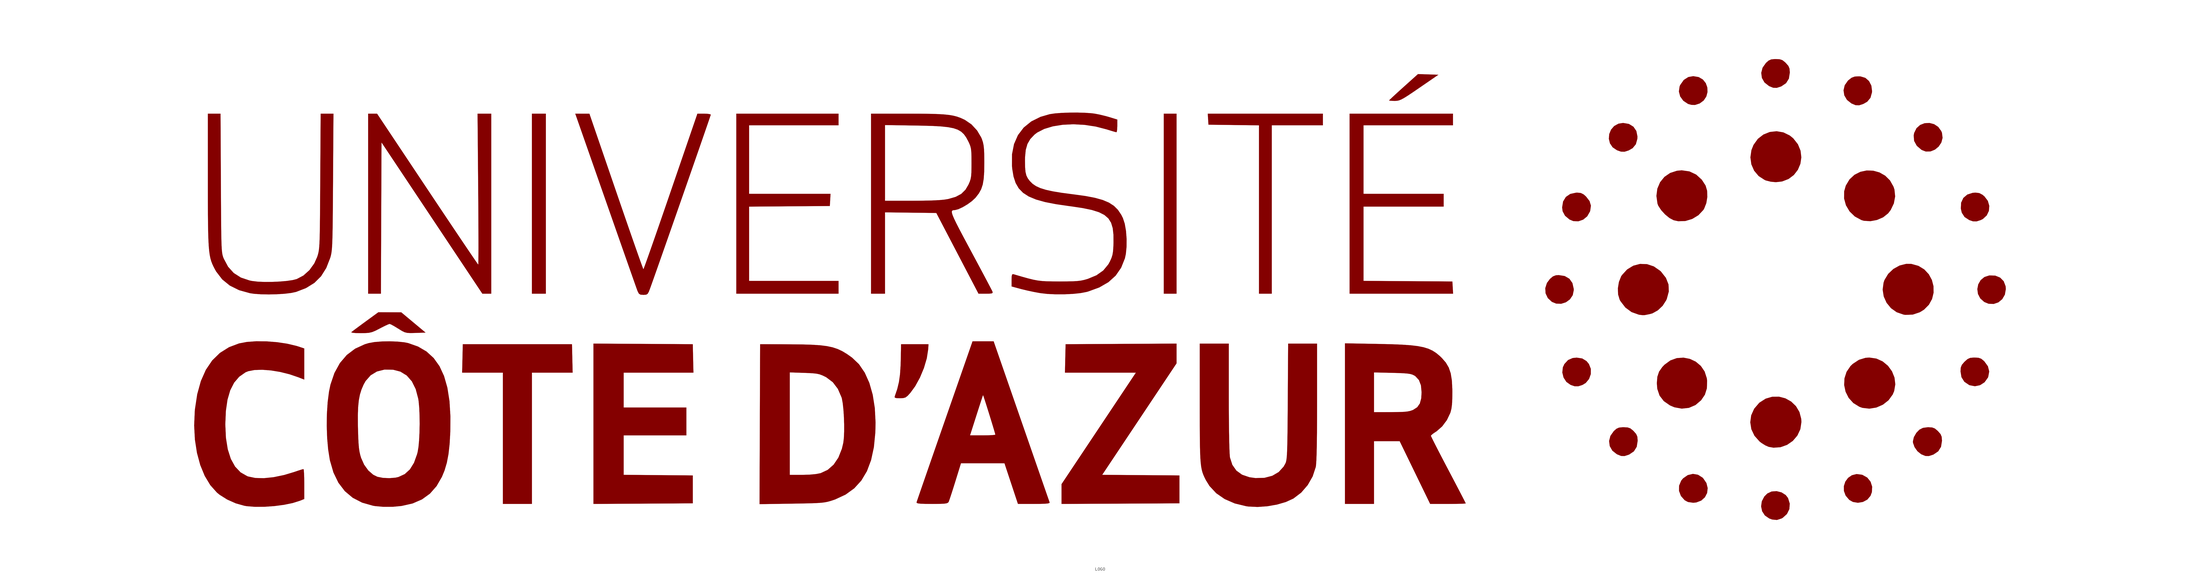
<source format=kicad_sym>
(kicad_symbol_lib
  (version 20220914)
  (generator "bitmap2component")
  (generator_version "9.0")
  (symbol "LOGO"
    (pin_names
      (offset 1.016))
    (property "Reference" "#G"
      (at 0 70.556 0)
      (effects (font (size 1.27 1.27)) hide))
    (symbol "LOGO_0_0"
      (polyline (pts (xy 209.804 -70.662) (xy 210.138 -70.474) (xy 211.444 -69.294) (xy 212.183 -67.789) (xy 212.31 -66.104) (xy 211.78 -64.383) (xy 211.075 -63.466) (xy 209.785 -62.645) (xy 208.262 -62.261) (xy 206.724 -62.362) (xy 205.388 -62.995) (xy 204.467 -63.928) (xy 203.707 -65.392) (xy 203.492 -66.951) (xy 203.81 -68.451) (xy 204.65 -69.742) (xy 206 -70.669) (xy 206.898 -70.994) (xy 208.373 -71.129) (xy 209.804 -70.662)) (stroke (width 0.01) (type default)) (fill (type outline)))
      (polyline (pts (xy -257.492 -67.065) (xy -254.458 -66.852) (xy -251.49 -66.461) (xy -248.802 -65.912) (xy -246.606 -65.223) (xy -245.235 -64.674) (xy -245.235 -60.063) (xy -245.236 -59.752) (xy -245.259 -58.07) (xy -245.312 -56.704) (xy -245.387 -55.786) (xy -245.477 -55.451) (xy -245.523 -55.457) (xy -246.085 -55.614) (xy -247.099 -55.937) (xy -248.385 -56.371) (xy -251.451 -57.291) (xy -254.681 -57.959) (xy -257.678 -58.266) (xy -260.322 -58.202) (xy -262.491 -57.753) (xy -262.8 -57.641) (xy -264.851 -56.472) (xy -266.538 -54.695) (xy -267.856 -52.321) (xy -268.801 -49.359) (xy -269.369 -45.819) (xy -269.556 -41.71) (xy -269.555 -41.593) (xy -269.382 -37.529) (xy -268.88 -34.073) (xy -268.038 -31.191) (xy -266.842 -28.849) (xy -265.279 -27.014) (xy -263.335 -25.652) (xy -262.454 -25.296) (xy -260.535 -24.936) (xy -258.179 -24.863) (xy -255.518 -25.065) (xy -252.681 -25.529) (xy -249.8 -26.244) (xy -247.007 -27.195) (xy -245.235 -27.894) (xy -245.235 -23.098) (xy -245.235 -18.303) (xy -246.942 -17.736) (xy -247.66 -17.512) (xy -250.506 -16.838) (xy -253.647 -16.37) (xy -256.893 -16.117) (xy -260.048 -16.09) (xy -262.922 -16.299) (xy -265.321 -16.753) (xy -268.41 -17.919) (xy -271.215 -19.681) (xy -273.594 -22.004) (xy -275.548 -24.894) (xy -277.082 -28.355) (xy -278.197 -32.392) (xy -278.899 -37.01) (xy -278.948 -37.52) (xy -279.142 -42.034) (xy -278.913 -46.374) (xy -278.28 -50.461) (xy -277.266 -54.215) (xy -275.89 -57.556) (xy -274.173 -60.406) (xy -272.137 -62.685) (xy -271.302 -63.369) (xy -268.974 -64.833) (xy -266.336 -66.008) (xy -263.663 -66.76) (xy -262.909 -66.883) (xy -260.38 -67.082) (xy -257.492 -67.065)) (stroke (width 0.01) (type default)) (fill (type outline)))
      (polyline (pts (xy -217.99 -67.07) (xy -215.273 -66.814) (xy -211.879 -66.05) (xy -208.975 -64.793) (xy -206.524 -63.021) (xy -204.489 -60.712) (xy -202.833 -57.843) (xy -202.03 -55.893) (xy -201.327 -53.523) (xy -200.814 -50.838) (xy -200.466 -47.708) (xy -200.26 -44.003) (xy -200.219 -39.236) (xy -200.508 -34.507) (xy -201.159 -30.365) (xy -202.181 -26.789) (xy -203.586 -23.758) (xy -205.384 -21.249) (xy -207.584 -19.242) (xy -210.196 -17.715) (xy -213.232 -16.646) (xy -214.403 -16.414) (xy -216.52 -16.193) (xy -218.922 -16.105) (xy -221.362 -16.152) (xy -223.593 -16.332) (xy -225.368 -16.647) (xy -226.569 -17.005) (xy -229.571 -18.378) (xy -232.137 -20.316) (xy -234.263 -22.811) (xy -235.939 -25.857) (xy -237.16 -29.444) (xy -237.608 -31.6) (xy -238.021 -34.819) (xy -238.255 -38.398) (xy -238.262 -38.873) (xy -228.734 -38.873) (xy -228.647 -36.372) (xy -228.44 -34.298) (xy -228.099 -32.528) (xy -227.607 -30.939) (xy -226.949 -29.41) (xy -226.34 -28.333) (xy -224.788 -26.569) (xy -222.838 -25.389) (xy -220.523 -24.81) (xy -217.873 -24.847) (xy -215.624 -25.434) (xy -213.665 -26.636) (xy -212.091 -28.435) (xy -210.907 -30.824) (xy -210.119 -33.796) (xy -209.997 -34.608) (xy -209.817 -36.609) (xy -209.715 -38.988) (xy -209.69 -41.562) (xy -209.738 -44.15) (xy -209.857 -46.57) (xy -210.047 -48.641) (xy -210.305 -50.182) (xy -210.481 -50.87) (xy -211.433 -53.521) (xy -212.691 -55.553) (xy -214.28 -57.002) (xy -216.23 -57.904) (xy -217.157 -58.108) (xy -219.049 -58.26) (xy -221.02 -58.17) (xy -222.694 -57.842) (xy -223.99 -57.209) (xy -225.51 -55.884) (xy -226.799 -54.099) (xy -227.735 -51.997) (xy -227.981 -51.174) (xy -228.221 -50.125) (xy -228.397 -48.929) (xy -228.524 -47.442) (xy -228.618 -45.524) (xy -228.693 -43.032) (xy -228.718 -41.923) (xy -228.734 -38.873) (xy -238.262 -38.873) (xy -238.309 -42.147) (xy -238.181 -45.881) (xy -237.87 -49.411) (xy -237.373 -52.55) (xy -237.318 -52.813) (xy -236.242 -56.514) (xy -234.717 -59.659) (xy -232.739 -62.25) (xy -230.307 -64.293) (xy -227.416 -65.789) (xy -224.063 -66.742) (xy -223.379 -66.856) (xy -220.808 -67.083) (xy -217.99 -67.07)) (stroke (width 0.01) (type default)) (fill (type outline)))
      (polyline (pts (xy 51.415 -66.905) (xy 54.396 -66.382) (xy 57.125 -65.586) (xy 59.386 -64.551) (xy 59.466 -64.504) (xy 61.834 -62.702) (xy 63.835 -60.386) (xy 65.365 -57.705) (xy 66.317 -54.807) (xy 66.4 -54.199) (xy 66.498 -52.753) (xy 66.578 -50.595) (xy 66.64 -47.725) (xy 66.684 -44.145) (xy 66.711 -39.858) (xy 66.72 -34.863) (xy 66.72 -16.814) (xy 62.266 -16.814) (xy 57.813 -16.814) (xy 57.7 -34.612) (xy 57.682 -37.381) (xy 57.653 -41.028) (xy 57.621 -44.062) (xy 57.585 -46.544) (xy 57.541 -48.538) (xy 57.486 -50.104) (xy 57.42 -51.304) (xy 57.34 -52.201) (xy 57.242 -52.856) (xy 57.126 -53.331) (xy 56.988 -53.688) (xy 56.423 -54.696) (xy 54.905 -56.367) (xy 52.922 -57.528) (xy 50.517 -58.155) (xy 47.735 -58.228) (xy 45.896 -57.976) (xy 43.621 -57.197) (xy 41.865 -55.927) (xy 40.624 -54.163) (xy 39.894 -51.903) (xy 39.861 -51.667) (xy 39.781 -50.599) (xy 39.71 -48.907) (xy 39.649 -46.658) (xy 39.599 -43.917) (xy 39.562 -40.75) (xy 39.539 -37.222) (xy 39.531 -33.401) (xy 39.531 -16.814) (xy 35.059 -16.814) (xy 30.587 -16.814) (xy 30.591 -35.149) (xy 30.593 -38.199) (xy 30.599 -42.041) (xy 30.616 -45.279) (xy 30.647 -47.978) (xy 30.698 -50.203) (xy 30.776 -52.022) (xy 30.883 -53.498) (xy 31.027 -54.698) (xy 31.212 -55.687) (xy 31.442 -56.531) (xy 31.725 -57.296) (xy 32.063 -58.047) (xy 32.464 -58.849) (xy 33.587 -60.665) (xy 35.663 -62.893) (xy 38.271 -64.694) (xy 41.364 -66.038) (xy 44.897 -66.895) (xy 45.574 -66.989) (xy 48.402 -67.119) (xy 51.415 -66.905)) (stroke (width 0.01) (type default)) (fill (type outline)))
      (polyline (pts (xy -175.117 -45.97) (xy -175.117 -25.758) (xy -168.845 -25.758) (xy -162.574 -25.758) (xy -162.674 -21.375) (xy -162.775 -16.993) (xy -179.589 -16.993) (xy -196.403 -16.993) (xy -196.503 -21.375) (xy -196.604 -25.758) (xy -190.332 -25.758) (xy -184.061 -25.758) (xy -184.061 -45.97) (xy -184.061 -66.183) (xy -179.589 -66.183) (xy -175.117 -66.183) (xy -175.117 -45.97)) (stroke (width 0.01) (type default)) (fill (type outline)))
      (polyline (pts (xy -140.863 -66.097) (xy -125.569 -66.004) (xy -125.569 -61.711) (xy -125.569 -57.418) (xy -136.212 -57.324) (xy -146.855 -57.229) (xy -146.855 -51.152) (xy -146.855 -45.076) (xy -137.196 -45.076) (xy -127.537 -45.076) (xy -127.537 -40.783) (xy -127.537 -36.49) (xy -137.196 -36.49) (xy -146.855 -36.49) (xy -146.855 -31.124) (xy -146.855 -25.758) (xy -136.112 -25.758) (xy -125.368 -25.758) (xy -125.469 -21.375) (xy -125.569 -16.993) (xy -140.863 -16.9) (xy -156.156 -16.806) (xy -156.156 -41.499) (xy -156.156 -66.191) (xy -140.863 -66.097)) (stroke (width 0.01) (type default)) (fill (type outline)))
      (polyline (pts (xy -95.074 -66.103) (xy -93.102 -66.071) (xy -90.558 -66.023) (xy -88.561 -65.969) (xy -87.01 -65.899) (xy -85.803 -65.807) (xy -84.838 -65.682) (xy -84.013 -65.517) (xy -83.225 -65.303) (xy -82.373 -65.031) (xy -81.62 -64.767) (xy -78.482 -63.3) (xy -75.831 -61.382) (xy -73.652 -58.989) (xy -71.928 -56.097) (xy -70.645 -52.681) (xy -69.789 -48.717) (xy -69.343 -44.182) (xy -69.272 -41.112) (xy -69.508 -36.631) (xy -70.151 -32.547) (xy -71.187 -28.908) (xy -72.602 -25.761) (xy -74.381 -23.152) (xy -76.509 -21.128) (xy -76.567 -21.085) (xy -78.069 -20.021) (xy -79.489 -19.161) (xy -80.928 -18.483) (xy -82.484 -17.965) (xy -84.258 -17.586) (xy -86.349 -17.325) (xy -88.857 -17.16) (xy -91.88 -17.07) (xy -95.518 -17.033) (xy -104.82 -16.993) (xy -104.911 -41.455) (xy -95.697 -41.455) (xy -95.697 -25.671) (xy -91.26 -25.819) (xy -90.362 -25.851) (xy -88.694 -25.936) (xy -87.48 -26.062) (xy -86.536 -26.264) (xy -85.681 -26.577) (xy -84.731 -27.033) (xy -84.429 -27.194) (xy -82.435 -28.699) (xy -80.873 -30.761) (xy -79.732 -33.395) (xy -79.639 -33.726) (xy -79.374 -35.192) (xy -79.164 -37.128) (xy -79.017 -39.348) (xy -78.94 -41.665) (xy -78.94 -43.894) (xy -79.023 -45.848) (xy -79.198 -47.342) (xy -79.641 -49.212) (xy -80.713 -51.913) (xy -82.18 -54.091) (xy -84.012 -55.704) (xy -86.177 -56.711) (xy -86.221 -56.724) (xy -87.645 -56.998) (xy -89.579 -57.176) (xy -91.827 -57.239) (xy -95.697 -57.239) (xy -95.697 -41.455) (xy -104.911 -41.455) (xy -104.912 -41.625) (xy -105.004 -66.257) (xy -95.074 -66.103)) (stroke (width 0.01) (type default)) (fill (type outline)))
      (polyline (pts (xy -18.795 -66.174) (xy -17.237 -66.133) (xy -16.248 -66.052) (xy -15.748 -65.922) (xy -15.653 -65.736) (xy -15.769 -65.407) (xy -16.104 -64.447) (xy -16.639 -62.913) (xy -17.353 -60.86) (xy -18.228 -58.343) (xy -19.246 -55.416) (xy -20.387 -52.134) (xy -21.633 -48.549) (xy -22.963 -44.718) (xy -24.361 -40.694) (xy -32.902 -16.099) (xy -36.148 -16.099) (xy -39.395 -16.099) (xy -47.959 -40.665) (xy -49.206 -44.244) (xy -49.496 -45.076) (xy -40.172 -45.076) (xy -38.203 -38.905) (xy -37.61 -37.052) (xy -37.049 -35.312) (xy -36.598 -33.927) (xy -36.291 -33.005) (xy -36.166 -32.656) (xy -36.153 -32.673) (xy -35.985 -33.129) (xy -35.662 -34.104) (xy -35.224 -35.467) (xy -34.713 -37.086) (xy -34.168 -38.831) (xy -33.632 -40.571) (xy -33.144 -42.174) (xy -32.744 -43.51) (xy -32.475 -44.447) (xy -32.376 -44.855) (xy -32.612 -44.931) (xy -33.432 -45.006) (xy -34.701 -45.057) (xy -36.274 -45.076) (xy -40.172 -45.076) (xy -49.496 -45.076) (xy -50.548 -48.098) (xy -51.805 -51.712) (xy -52.958 -55.03) (xy -53.988 -58) (xy -54.877 -60.566) (xy -55.605 -62.674) (xy -56.154 -64.27) (xy -56.506 -65.299) (xy -56.64 -65.707) (xy -56.569 -65.89) (xy -56.156 -66.032) (xy -55.304 -66.122) (xy -53.919 -66.169) (xy -51.912 -66.183) (xy -50.803 -66.181) (xy -49.154 -66.157) (xy -48.042 -66.098) (xy -47.35 -65.987) (xy -46.962 -65.812) (xy -46.761 -65.557) (xy -46.646 -65.27) (xy -46.325 -64.35) (xy -45.867 -62.96) (xy -45.313 -61.232) (xy -44.706 -59.297) (xy -42.961 -53.662) (xy -36.263 -53.662) (xy -29.566 -53.662) (xy -27.491 -59.922) (xy -25.415 -66.183) (xy -20.45 -66.183) (xy -18.795 -66.174)) (stroke (width 0.01) (type default)) (fill (type outline)))
      (polyline (pts (xy 6.171 -66.097) (xy 24.327 -66.004) (xy 24.327 -61.711) (xy 24.327 -57.418) (xy 12.433 -57.324) (xy 0.539 -57.23) (xy 11.986 -40.066) (xy 23.432 -22.901) (xy 23.432 -19.854) (xy 23.432 -16.807) (xy 6.35 -16.9) (xy -10.732 -16.993) (xy -10.833 -21.375) (xy -10.933 -25.758) (xy -0.009 -25.758) (xy 10.915 -25.758) (xy -0.535 -42.927) (xy -11.985 -60.096) (xy -11.985 -63.143) (xy -11.985 -66.19) (xy 6.171 -66.097)) (stroke (width 0.01) (type default)) (fill (type outline)))
      (polyline (pts (xy 84.249 -56.524) (xy 84.249 -46.865) (xy 88.206 -46.865) (xy 92.163 -46.865) (xy 96.856 -56.524) (xy 101.548 -66.183) (xy 107.03 -66.183) (xy 108.093 -66.18) (xy 109.842 -66.161) (xy 111.243 -66.128) (xy 112.174 -66.083) (xy 112.511 -66.031) (xy 112.456 -65.904) (xy 112.119 -65.23) (xy 111.51 -64.044) (xy 110.669 -62.422) (xy 109.635 -60.44) (xy 108.447 -58.174) (xy 107.145 -55.7) (xy 106.389 -54.263) (xy 105.146 -51.885) (xy 104.039 -49.751) (xy 103.11 -47.938) (xy 102.397 -46.525) (xy 101.94 -45.588) (xy 101.779 -45.205) (xy 101.859 -45.053) (xy 102.388 -44.579) (xy 103.248 -43.998) (xy 103.553 -43.803) (xy 105.252 -42.307) (xy 106.708 -40.355) (xy 107.751 -38.165) (xy 107.825 -37.942) (xy 108.099 -36.862) (xy 108.272 -35.566) (xy 108.361 -33.887) (xy 108.382 -31.661) (xy 108.372 -30.777) (xy 108.228 -28.105) (xy 107.878 -25.955) (xy 107.279 -24.188) (xy 106.389 -22.667) (xy 105.165 -21.255) (xy 104.528 -20.641) (xy 103.445 -19.732) (xy 102.302 -18.99) (xy 101.019 -18.395) (xy 99.513 -17.931) (xy 97.703 -17.578) (xy 95.505 -17.319) (xy 92.838 -17.134) (xy 89.621 -17.006) (xy 85.77 -16.916) (xy 75.306 -16.724) (xy 75.306 -31.802) (xy 84.249 -31.802) (xy 84.249 -25.683) (xy 89.884 -25.814) (xy 91.355 -25.853) (xy 93.187 -25.925) (xy 94.509 -26.025) (xy 95.447 -26.168) (xy 96.127 -26.368) (xy 96.675 -26.641) (xy 97.022 -26.871) (xy 98.095 -28.035) (xy 98.716 -29.66) (xy 98.917 -31.816) (xy 98.806 -33.668) (xy 98.375 -35.266) (xy 97.569 -36.41) (xy 96.337 -37.209) (xy 96.096 -37.314) (xy 95.353 -37.566) (xy 94.468 -37.737) (xy 93.297 -37.843) (xy 91.697 -37.896) (xy 89.526 -37.913) (xy 84.249 -37.921) (xy 84.249 -31.802) (xy 75.306 -31.802) (xy 75.306 -41.454) (xy 75.306 -66.183) (xy 79.777 -66.183) (xy 84.249 -66.183) (xy 84.249 -56.524)) (stroke (width 0.01) (type default)) (fill (type outline)))
      (polyline (pts (xy 183.505 -65.741) (xy 185.043 -65.16) (xy 186.179 -64.14) (xy 186.858 -62.81) (xy 187.028 -61.301) (xy 186.635 -59.743) (xy 185.627 -58.268) (xy 185.462 -58.103) (xy 184.047 -57.203) (xy 182.476 -56.941) (xy 180.896 -57.316) (xy 179.451 -58.326) (xy 178.869 -59.038) (xy 178.235 -60.567) (xy 178.212 -62.187) (xy 178.788 -63.736) (xy 179.951 -65.05) (xy 180.963 -65.598) (xy 182.555 -65.825) (xy 183.505 -65.741)) (stroke (width 0.01) (type default)) (fill (type outline)))
      (polyline (pts (xy 234.85 -65.576) (xy 236.211 -64.849) (xy 237.18 -63.691) (xy 237.6 -62.564) (xy 237.691 -60.884) (xy 237.194 -59.335) (xy 236.167 -58.068) (xy 234.669 -57.235) (xy 234.566 -57.202) (xy 232.904 -56.991) (xy 231.451 -57.354) (xy 230.272 -58.173) (xy 229.427 -59.329) (xy 228.98 -60.702) (xy 228.991 -62.174) (xy 229.524 -63.626) (xy 230.641 -64.938) (xy 231.771 -65.58) (xy 233.301 -65.833) (xy 234.85 -65.576)) (stroke (width 0.01) (type default)) (fill (type outline)))
      (polyline (pts (xy 162.726 -51.022) (xy 162.866 -50.962) (xy 164.311 -49.983) (xy 165.172 -48.593) (xy 165.458 -46.781) (xy 165.457 -46.607) (xy 165.362 -45.479) (xy 165.005 -44.659) (xy 164.241 -43.788) (xy 163.984 -43.536) (xy 163.193 -42.912) (xy 162.366 -42.635) (xy 161.165 -42.572) (xy 160.808 -42.575) (xy 159.73 -42.68) (xy 158.944 -43.032) (xy 158.116 -43.76) (xy 158.113 -43.764) (xy 157.076 -45.23) (xy 156.668 -46.815) (xy 156.87 -48.376) (xy 157.663 -49.771) (xy 159.031 -50.857) (xy 159.137 -50.913) (xy 160.35 -51.408) (xy 161.429 -51.44) (xy 162.726 -51.022)) (stroke (width 0.01) (type default)) (fill (type outline)))
      (polyline (pts (xy 256.456 -51.022) (xy 256.596 -50.962) (xy 258.041 -49.983) (xy 258.902 -48.593) (xy 259.187 -46.781) (xy 259.187 -46.607) (xy 259.091 -45.479) (xy 258.735 -44.659) (xy 257.971 -43.788) (xy 257.851 -43.67) (xy 257.005 -42.963) (xy 256.167 -42.645) (xy 254.978 -42.572) (xy 254.839 -42.573) (xy 253.346 -42.761) (xy 252.252 -43.319) (xy 251.312 -44.287) (xy 250.537 -45.63) (xy 250.244 -46.942) (xy 250.28 -47.362) (xy 250.756 -48.699) (xy 251.646 -49.958) (xy 252.77 -50.862) (xy 252.868 -50.914) (xy 254.078 -51.409) (xy 255.157 -51.44) (xy 256.456 -51.022)) (stroke (width 0.01) (type default)) (fill (type outline)))
      (polyline (pts (xy 209.469 -48.716) (xy 211.494 -47.989) (xy 213.258 -46.768) (xy 214.653 -45.134) (xy 215.57 -43.172) (xy 215.9 -40.962) (xy 215.845 -40.005) (xy 215.289 -37.879) (xy 214.219 -36.082) (xy 212.743 -34.663) (xy 210.967 -33.672) (xy 208.998 -33.158) (xy 206.943 -33.172) (xy 204.91 -33.762) (xy 203.004 -34.978) (xy 202.872 -35.093) (xy 201.347 -36.882) (xy 200.441 -38.903) (xy 200.154 -41.039) (xy 200.485 -43.17) (xy 201.435 -45.178) (xy 203.004 -46.946) (xy 203.591 -47.404) (xy 204.783 -48.152) (xy 205.825 -48.607) (xy 207.293 -48.865) (xy 209.469 -48.716)) (stroke (width 0.01) (type default)) (fill (type outline)))
      (polyline (pts (xy 181.238 -36.597) (xy 183.267 -35.731) (xy 185.01 -34.252) (xy 186.167 -32.549) (xy 186.782 -30.584) (xy 186.853 -28.256) (xy 186.76 -27.484) (xy 186.092 -25.409) (xy 184.926 -23.694) (xy 183.374 -22.382) (xy 181.546 -21.515) (xy 179.556 -21.134) (xy 177.514 -21.281) (xy 175.532 -21.998) (xy 173.722 -23.327) (xy 173.058 -24.022) (xy 172.062 -25.447) (xy 171.537 -27.021) (xy 171.376 -29.004) (xy 171.514 -30.745) (xy 172.213 -32.819) (xy 173.514 -34.513) (xy 175.432 -35.848) (xy 176.772 -36.417) (xy 179.035 -36.832) (xy 181.238 -36.597)) (stroke (width 0.01) (type default)) (fill (type outline)))
      (polyline (pts (xy 238.984 -36.496) (xy 241.002 -35.615) (xy 242.732 -34.258) (xy 244.022 -32.479) (xy 244.471 -31.406) (xy 244.817 -29.329) (xy 244.568 -27.272) (xy 243.794 -25.344) (xy 242.564 -23.654) (xy 240.947 -22.312) (xy 239.012 -21.427) (xy 236.828 -21.107) (xy 235.664 -21.186) (xy 233.633 -21.799) (xy 231.715 -23.065) (xy 231.032 -23.718) (xy 229.817 -25.5) (xy 229.172 -27.497) (xy 229.076 -29.583) (xy 229.509 -31.63) (xy 230.452 -33.512) (xy 231.885 -35.104) (xy 233.787 -36.278) (xy 234.7 -36.596) (xy 236.833 -36.841) (xy 238.984 -36.496)) (stroke (width 0.01) (type default)) (fill (type outline)))
      (polyline (pts (xy -61.736 -33.628) (xy -60.724 -33.586) (xy -60.017 -33.376) (xy -59.365 -32.867) (xy -58.518 -31.929) (xy -57.076 -29.956) (xy -55.596 -27.265) (xy -54.369 -24.316) (xy -53.493 -21.349) (xy -53.067 -18.603) (xy -52.961 -16.993) (xy -57.183 -16.993) (xy -61.406 -16.993) (xy -61.513 -22.18) (xy -61.55 -23.466) (xy -61.729 -26.249) (xy -62.062 -28.624) (xy -62.586 -30.804) (xy -63.336 -33.002) (xy -63.39 -33.171) (xy -63.321 -33.465) (xy -62.833 -33.597) (xy -61.777 -33.628) (xy -61.736 -33.628)) (stroke (width 0.01) (type default)) (fill (type outline)))
      (polyline (pts (xy 148.468 -29.536) (xy 149.481 -28.918) (xy 150.496 -27.687) (xy 151.035 -26.18) (xy 151.04 -24.587) (xy 150.452 -23.099) (xy 149.71 -22.196) (xy 148.39 -21.387) (xy 146.676 -21.132) (xy 145.462 -21.248) (xy 144.03 -21.873) (xy 142.9 -23.099) (xy 142.426 -24.122) (xy 142.262 -25.704) (xy 142.643 -27.262) (xy 143.51 -28.599) (xy 144.805 -29.52) (xy 146.064 -29.949) (xy 147.168 -29.957) (xy 148.468 -29.536)) (stroke (width 0.01) (type default)) (fill (type outline)))
      (polyline (pts (xy 270.928 -29.61) (xy 272.308 -28.715) (xy 273.321 -27.312) (xy 273.444 -27.03) (xy 273.743 -25.391) (xy 273.341 -23.793) (xy 272.253 -22.295) (xy 272.096 -22.141) (xy 271.282 -21.475) (xy 270.449 -21.176) (xy 269.252 -21.107) (xy 268.932 -21.11) (xy 267.855 -21.217) (xy 267.054 -21.589) (xy 266.175 -22.371) (xy 266.043 -22.505) (xy 265.314 -23.37) (xy 264.987 -24.205) (xy 264.911 -25.364) (xy 265.204 -27.149) (xy 266.089 -28.557) (xy 267.564 -29.559) (xy 267.715 -29.624) (xy 269.343 -29.934) (xy 270.928 -29.61)) (stroke (width 0.01) (type default)) (fill (type outline)))
      (polyline (pts (xy -226.57 -13.57) (xy -225.351 -13.485) (xy -224.362 -13.265) (xy -223.331 -12.843) (xy -221.986 -12.154) (xy -221.537 -11.918) (xy -220.33 -11.313) (xy -219.409 -10.893) (xy -218.945 -10.736) (xy -218.911 -10.74) (xy -218.38 -10.971) (xy -217.454 -11.484) (xy -216.312 -12.18) (xy -216.275 -12.204) (xy -215.162 -12.89) (xy -214.321 -13.303) (xy -213.505 -13.504) (xy -212.466 -13.556) (xy -210.959 -13.518) (xy -207.879 -13.415) (xy -211.621 -10.292) (xy -215.363 -7.168) (xy -218.893 -7.162) (xy -222.422 -7.155) (xy -226.405 -10.061) (xy -226.816 -10.361) (xy -228.254 -11.417) (xy -229.463 -12.313) (xy -230.327 -12.964) (xy -230.729 -13.281) (xy -230.738 -13.346) (xy -230.299 -13.474) (xy -229.304 -13.558) (xy -227.867 -13.585) (xy -226.57 -13.57)) (stroke (width 0.01) (type default)) (fill (type outline)))
      (polyline (pts (xy 167.604 -8.031) (xy 168.311 -7.889) (xy 169.283 -7.694) (xy 170.054 -7.468) (xy 171.7 -6.54) (xy 173.163 -5.15) (xy 174.245 -3.467) (xy 174.439 -3.027) (xy 175.054 -0.751) (xy 174.965 1.4) (xy 174.171 3.43) (xy 172.671 5.342) (xy 172.375 5.626) (xy 170.44 6.964) (xy 168.343 7.663) (xy 166.198 7.734) (xy 164.119 7.185) (xy 162.219 6.027) (xy 160.612 4.27) (xy 160.364 3.872) (xy 159.693 2.17) (xy 159.378 0.237) (xy 159.444 -1.661) (xy 159.916 -3.255) (xy 160.177 -3.737) (xy 161.677 -5.689) (xy 163.583 -7.093) (xy 165.815 -7.889) (xy 165.912 -7.908) (xy 166.902 -8.037) (xy 167.604 -8.031)) (stroke (width 0.01) (type default)) (fill (type outline)))
      (polyline (pts (xy 250.201 -7.868) (xy 252.39 -7.137) (xy 253.661 -6.348) (xy 255.167 -4.835) (xy 256.144 -3.057) (xy 256.61 -1.121) (xy 256.584 0.863) (xy 256.086 2.789) (xy 255.135 4.548) (xy 253.75 6.031) (xy 251.951 7.131) (xy 249.756 7.74) (xy 248.205 7.761) (xy 246.135 7.24) (xy 244.223 6.175) (xy 242.625 4.659) (xy 241.496 2.784) (xy 241.215 1.98) (xy 240.93 -0.176) (xy 241.26 -2.287) (xy 242.136 -4.233) (xy 243.493 -5.893) (xy 245.263 -7.147) (xy 247.382 -7.874) (xy 247.918 -7.954) (xy 250.201 -7.868)) (stroke (width 0.01) (type default)) (fill (type outline)))
      (polyline (pts (xy 143.37 -4.073) (xy 144.609 -3.166) (xy 145.463 -1.896) (xy 145.782 -0.345) (xy 145.77 0.055) (xy 145.368 1.839) (xy 144.427 3.171) (xy 142.993 4.005) (xy 141.113 4.293) (xy 140.295 4.239) (xy 139.38 3.897) (xy 138.44 3.105) (xy 137.517 1.861) (xy 137.012 0.272) (xy 137.108 -1.326) (xy 137.793 -2.783) (xy 139.052 -3.947) (xy 140.342 -4.479) (xy 141.898 -4.538) (xy 143.37 -4.073)) (stroke (width 0.01) (type default)) (fill (type outline)))
      (polyline (pts (xy 276.558 -4.102) (xy 277.753 -3.12) (xy 278.564 -1.727) (xy 278.863 0) (xy 278.79 0.869) (xy 278.203 2.404) (xy 277.108 3.517) (xy 275.596 4.136) (xy 273.759 4.182) (xy 272.277 3.702) (xy 271.115 2.74) (xy 270.376 1.453) (xy 270.089 -0.009) (xy 270.282 -1.5) (xy 270.981 -2.871) (xy 272.216 -3.976) (xy 273.534 -4.525) (xy 275.109 -4.596) (xy 276.558 -4.102)) (stroke (width 0.01) (type default)) (fill (type outline)))
      (polyline (pts (xy -253.672 -1.601) (xy -251.313 -1.448) (xy -249.269 -1.205) (xy -247.739 -0.877) (xy -244.686 0.304) (xy -242.117 1.897) (xy -240.062 3.938) (xy -238.456 6.489) (xy -237.236 9.615) (xy -237.16 9.87) (xy -237.019 10.403) (xy -236.898 10.99) (xy -236.797 11.689) (xy -236.713 12.561) (xy -236.643 13.667) (xy -236.586 15.066) (xy -236.539 16.819) (xy -236.5 18.986) (xy -236.466 21.628) (xy -236.437 24.804) (xy -236.408 28.576) (xy -236.379 33.002) (xy -236.245 54.02) (xy -238.213 54.02) (xy -240.18 54.02) (xy -240.307 33.181) (xy -240.309 32.857) (xy -240.336 28.519) (xy -240.362 24.832) (xy -240.388 21.735) (xy -240.418 19.167) (xy -240.455 17.068) (xy -240.499 15.377) (xy -240.555 14.034) (xy -240.624 12.977) (xy -240.709 12.146) (xy -240.812 11.481) (xy -240.936 10.921) (xy -241.083 10.405) (xy -241.256 9.873) (xy -242.147 7.888) (xy -243.641 5.816) (xy -245.493 4.159) (xy -247.564 3.066) (xy -248.81 2.752) (xy -250.649 2.487) (xy -252.837 2.299) (xy -255.186 2.196) (xy -257.507 2.185) (xy -259.613 2.276) (xy -261.317 2.476) (xy -262.057 2.625) (xy -264.753 3.528) (xy -266.952 4.93) (xy -268.698 6.866) (xy -270.036 9.37) (xy -270.061 9.432) (xy -270.219 9.84) (xy -270.354 10.263) (xy -270.468 10.761) (xy -270.562 11.391) (xy -270.64 12.212) (xy -270.703 13.282) (xy -270.753 14.66) (xy -270.793 16.403) (xy -270.826 18.57) (xy -270.852 21.219) (xy -270.875 24.409) (xy -270.897 28.198) (xy -270.919 32.644) (xy -271.024 54.02) (xy -272.976 54.02) (xy -274.928 54.02) (xy -274.922 33.539) (xy -274.921 31.246) (xy -274.915 26.879) (xy -274.899 23.139) (xy -274.87 19.964) (xy -274.821 17.296) (xy -274.749 15.073) (xy -274.649 13.235) (xy -274.515 11.722) (xy -274.344 10.472) (xy -274.129 9.427) (xy -273.867 8.525) (xy -273.553 7.705) (xy -273.182 6.909) (xy -272.749 6.074) (xy -272.364 5.396) (xy -270.512 2.982) (xy -268.166 1.071) (xy -265.31 -0.348) (xy -261.933 -1.284) (xy -260.669 -1.465) (xy -258.548 -1.615) (xy -256.15 -1.659) (xy -253.672 -1.601)) (stroke (width 0.01) (type default)) (fill (type outline)))
      (polyline (pts (xy -140.632 -1.788) (xy -139.934 -1.735) (xy -139.486 -1.48) (xy -139.125 -0.865) (xy -138.691 0.268) (xy -138.568 0.609) (xy -138.063 2.02) (xy -137.383 3.934) (xy -136.551 6.288) (xy -135.588 9.022) (xy -134.516 12.073) (xy -133.355 15.379) (xy -132.129 18.878) (xy -130.858 22.508) (xy -129.564 26.206) (xy -128.269 29.912) (xy -126.995 33.563) (xy -125.763 37.096) (xy -124.595 40.451) (xy -123.512 43.564) (xy -122.537 46.375) (xy -121.69 48.82) (xy -120.993 50.839) (xy -120.469 52.368) (xy -120.139 53.346) (xy -120.024 53.712) (xy -120.23 53.845) (xy -120.977 53.971) (xy -122.082 54.02) (xy -124.14 54.02) (xy -132.367 30.056) (xy -133.428 26.97) (xy -134.742 23.163) (xy -135.974 19.602) (xy -137.108 16.34) (xy -138.124 13.433) (xy -139.003 10.934) (xy -139.727 8.896) (xy -140.275 7.373) (xy -140.631 6.419) (xy -140.773 6.089) (xy -140.865 6.288) (xy -141.174 7.105) (xy -141.681 8.504) (xy -142.367 10.43) (xy -143.213 12.83) (xy -144.2 15.649) (xy -145.309 18.835) (xy -146.521 22.333) (xy -147.818 26.089) (xy -149.18 30.049) (xy -157.409 54.013) (xy -159.587 54.016) (xy -161.766 54.02) (xy -152.52 27.636) (xy -152.215 26.764) (xy -150.752 22.594) (xy -149.352 18.602) (xy -148.034 14.845) (xy -146.815 11.377) (xy -145.718 8.253) (xy -144.759 5.529) (xy -143.96 3.26) (xy -143.339 1.5) (xy -142.916 0.306) (xy -142.709 -0.268) (xy -142.536 -0.721) (xy -142.154 -1.438) (xy -141.65 -1.732) (xy -140.792 -1.789) (xy -140.632 -1.788)) (stroke (width 0.01) (type default)) (fill (type outline)))
      (polyline (pts (xy -11.08 -1.616) (xy -8.463 -1.488) (xy -6.13 -1.246) (xy -4.293 -0.895) (xy -3.775 -0.752) (xy -0.364 0.492) (xy 2.451 2.117) (xy 4.691 4.139) (xy 6.376 6.577) (xy 7.526 9.448) (xy 7.819 10.808) (xy 8.04 13.059) (xy 8.049 15.513) (xy 7.858 17.946) (xy 7.477 20.131) (xy 6.917 21.846) (xy 6.384 22.901) (xy 5.383 24.389) (xy 4.153 25.613) (xy 2.614 26.614) (xy 0.683 27.429) (xy -1.72 28.098) (xy -4.675 28.66) (xy -8.265 29.153) (xy -8.639 29.198) (xy -11.96 29.638) (xy -14.658 30.083) (xy -16.819 30.558) (xy -18.527 31.09) (xy -19.867 31.704) (xy -20.922 32.426) (xy -21.778 33.282) (xy -22.372 34.074) (xy -22.819 34.972) (xy -23.087 36.066) (xy -23.219 37.528) (xy -23.253 39.531) (xy -23.237 40.554) (xy -23.016 42.852) (xy -22.493 44.685) (xy -21.61 46.208) (xy -20.312 47.575) (xy -19.487 48.207) (xy -17.314 49.319) (xy -14.658 50.12) (xy -11.63 50.602) (xy -8.345 50.757) (xy -4.916 50.576) (xy -1.454 50.051) (xy 1.927 49.175) (xy 2.272 49.065) (xy 3.53 48.678) (xy 4.473 48.405) (xy 4.919 48.3) (xy 5.028 48.469) (xy 5.143 49.177) (xy 5.187 50.249) (xy 5.187 52.202) (xy 2.836 52.928) (xy 1.671 53.259) (xy -0.128 53.698) (xy -1.725 54.013) (xy -2.648 54.134) (xy -4.687 54.285) (xy -7.052 54.353) (xy -9.536 54.343) (xy -11.931 54.255) (xy -14.03 54.093) (xy -15.624 53.859) (xy -18.461 53.036) (xy -21.317 51.616) (xy -23.64 49.729) (xy -25.413 47.398) (xy -26.618 44.648) (xy -27.237 41.503) (xy -27.254 37.987) (xy -27.157 36.968) (xy -26.766 34.636) (xy -26.12 32.665) (xy -25.164 31.015) (xy -23.838 29.644) (xy -22.086 28.512) (xy -19.85 27.578) (xy -17.071 26.801) (xy -13.694 26.141) (xy -9.659 25.557) (xy -8.873 25.454) (xy -5.449 24.939) (xy -2.667 24.361) (xy -0.464 23.67) (xy 1.221 22.814) (xy 2.449 21.745) (xy 3.282 20.41) (xy 3.781 18.76) (xy 4.008 16.743) (xy 4.025 14.31) (xy 3.986 13.111) (xy 3.886 11.637) (xy 3.703 10.523) (xy 3.394 9.547) (xy 2.919 8.491) (xy 2.419 7.588) (xy 0.858 5.705) (xy -1.233 4.23) (xy -3.909 3.121) (xy -4.001 3.093) (xy -5.019 2.803) (xy -6.012 2.596) (xy -7.129 2.459) (xy -8.517 2.378) (xy -10.325 2.342) (xy -12.7 2.335) (xy -14.752 2.343) (xy -16.512 2.377) (xy -17.987 2.462) (xy -19.338 2.624) (xy -20.727 2.888) (xy -22.316 3.28) (xy -24.267 3.825) (xy -26.742 4.55) (xy -26.952 4.591) (xy -27.217 4.449) (xy -27.339 3.89) (xy -27.368 2.764) (xy -27.368 0.794) (xy -24.528 0.028) (xy -24.375 -0.013) (xy -22.532 -0.459) (xy -20.445 -0.903) (xy -18.536 -1.254) (xy -18.506 -1.259) (xy -16.313 -1.507) (xy -13.767 -1.624) (xy -11.08 -1.616)) (stroke (width 0.01) (type default)) (fill (type outline)))
      (polyline (pts (xy -221.537 21.87) (xy -221.445 45.171) (xy -205.915 21.87) (xy -190.385 -1.431) (xy -189.011 -1.431) (xy -187.638 -1.431) (xy -187.638 26.294) (xy -187.638 54.02) (xy -189.746 54.02) (xy -191.854 54.02) (xy -191.659 30.766) (xy -191.647 29.271) (xy -191.619 25.338) (xy -191.597 21.645) (xy -191.582 18.252) (xy -191.575 15.218) (xy -191.573 12.603) (xy -191.58 10.465) (xy -191.593 8.864) (xy -191.613 7.861) (xy -191.64 7.513) (xy -191.661 7.534) (xy -191.983 7.974) (xy -192.661 8.954) (xy -193.667 10.427) (xy -194.97 12.348) (xy -196.539 14.673) (xy -198.344 17.356) (xy -200.354 20.352) (xy -202.54 23.616) (xy -204.87 27.102) (xy -207.314 30.766) (xy -222.813 54.02) (xy -224.186 54.02) (xy -225.559 54.02) (xy -225.559 26.294) (xy -225.559 -1.431) (xy -223.594 -1.431) (xy -221.629 -1.431) (xy -221.537 21.87)) (stroke (width 0.01) (type default)) (fill (type outline)))
      (polyline (pts (xy -170.824 26.294) (xy -170.824 54.02) (xy -172.97 54.02) (xy -175.117 54.02) (xy -175.117 26.294) (xy -175.117 -1.431) (xy -172.97 -1.431) (xy -170.824 -1.431) (xy -170.824 26.294)) (stroke (width 0.01) (type default)) (fill (type outline)))
      (polyline (pts (xy -80.672 0.537) (xy -80.672 2.504) (xy -94.445 2.504) (xy -108.218 2.504) (xy -108.218 13.947) (xy -108.218 25.391) (xy -95.787 25.485) (xy -83.355 25.579) (xy -83.247 27.457) (xy -83.139 29.335) (xy -95.678 29.335) (xy -108.218 29.335) (xy -108.218 39.889) (xy -108.218 50.442) (xy -94.445 50.442) (xy -80.672 50.442) (xy -80.672 52.231) (xy -80.672 54.02) (xy -96.413 54.02) (xy -112.153 54.02) (xy -112.153 26.294) (xy -112.153 -1.431) (xy -96.413 -1.431) (xy -80.672 -1.431) (xy -80.672 0.537)) (stroke (width 0.01) (type default)) (fill (type outline)))
      (polyline (pts (xy -66.362 11.097) (xy -66.362 23.625) (xy -58.459 23.529) (xy -50.556 23.432) (xy -44.059 11.001) (xy -37.563 -1.43) (xy -35.289 -1.431) (xy -34.179 -1.415) (xy -33.463 -1.334) (xy -33.201 -1.145) (xy -33.255 -0.805) (xy -33.264 -0.783) (xy -33.52 -0.266) (xy -34.073 0.799) (xy -34.884 2.339) (xy -35.913 4.28) (xy -37.121 6.549) (xy -38.471 9.072) (xy -39.923 11.778) (xy -40.749 13.316) (xy -42.279 16.177) (xy -43.501 18.494) (xy -44.436 20.324) (xy -45.109 21.724) (xy -45.542 22.753) (xy -45.757 23.466) (xy -45.777 23.923) (xy -45.625 24.179) (xy -45.325 24.293) (xy -44.897 24.322) (xy -44.804 24.326) (xy -43.749 24.606) (xy -42.395 25.238) (xy -40.943 26.104) (xy -39.595 27.085) (xy -38.552 28.061) (xy -38.369 28.272) (xy -37.429 29.499) (xy -36.74 30.756) (xy -36.265 32.181) (xy -35.969 33.908) (xy -35.817 36.074) (xy -35.775 38.816) (xy -35.776 39.429) (xy -35.8 41.506) (xy -35.868 43.06) (xy -35.996 44.243) (xy -36.198 45.209) (xy -36.49 46.11) (xy -36.723 46.682) (xy -38.006 48.844) (xy -39.731 50.709) (xy -41.716 52.072) (xy -42.049 52.238) (xy -43.095 52.712) (xy -44.154 53.095) (xy -45.313 53.396) (xy -46.661 53.624) (xy -48.285 53.789) (xy -50.272 53.901) (xy -52.711 53.969) (xy -55.69 54.004) (xy -59.297 54.014) (xy -70.655 54.02) (xy -70.655 38.85) (xy -66.362 38.85) (xy -66.362 50.511) (xy -56.792 50.364) (xy -54.975 50.332) (xy -51.723 50.239) (xy -49.071 50.091) (xy -46.939 49.863) (xy -45.25 49.533) (xy -43.926 49.076) (xy -42.889 48.469) (xy -42.06 47.689) (xy -41.362 46.712) (xy -40.716 45.515) (xy -40.381 44.809) (xy -40.071 44.012) (xy -39.874 43.185) (xy -39.766 42.158) (xy -39.72 40.759) (xy -39.71 38.816) (xy -39.714 37.523) (xy -39.746 35.922) (xy -39.832 34.755) (xy -39.997 33.85) (xy -40.266 33.034) (xy -40.662 32.134) (xy -41.565 30.6) (xy -42.865 29.312) (xy -44.596 28.384) (xy -46.891 27.726) (xy -48.12 27.528) (xy -49.759 27.379) (xy -51.877 27.276) (xy -54.553 27.216) (xy -57.865 27.195) (xy -66.362 27.189) (xy -66.362 38.85) (xy -70.655 38.85) (xy -70.655 26.294) (xy -70.655 -1.431) (xy -68.508 -1.431) (xy -66.362 -1.431) (xy -66.362 11.097)) (stroke (width 0.01) (type default)) (fill (type outline)))
      (polyline (pts (xy 23.432 26.294) (xy 23.432 54.02) (xy 21.465 54.02) (xy 19.497 54.02) (xy 19.497 26.294) (xy 19.497 -1.431) (xy 21.465 -1.431) (xy 23.432 -1.431) (xy 23.432 26.294)) (stroke (width 0.01) (type default)) (fill (type outline)))
      (polyline (pts (xy 52.768 24.506) (xy 52.768 50.442) (xy 60.638 50.442) (xy 68.508 50.442) (xy 68.508 52.231) (xy 68.508 54.02) (xy 50.78 54.02) (xy 33.052 54.02) (xy 33.161 52.32) (xy 33.27 50.621) (xy 41.051 50.525) (xy 48.832 50.428) (xy 48.832 24.499) (xy 48.832 -1.431) (xy 50.8 -1.431) (xy 52.768 -1.431) (xy 52.768 24.506)) (stroke (width 0.01) (type default)) (fill (type outline)))
      (polyline (pts (xy 108.505 0.447) (xy 108.397 2.325) (xy 94.713 2.419) (xy 81.03 2.513) (xy 81.03 13.956) (xy 81.03 25.4) (xy 93.372 25.4) (xy 105.714 25.4) (xy 105.714 27.368) (xy 105.714 29.335) (xy 93.372 29.335) (xy 81.03 29.335) (xy 81.03 39.889) (xy 81.03 50.442) (xy 94.803 50.442) (xy 108.576 50.442) (xy 108.576 52.231) (xy 108.576 54.02) (xy 92.656 54.02) (xy 76.737 54.02) (xy 76.737 26.294) (xy 76.737 -1.431) (xy 92.675 -1.431) (xy 108.613 -1.431) (xy 108.505 0.447)) (stroke (width 0.01) (type default)) (fill (type outline)))
      (polyline (pts (xy 148.679 21.38) (xy 149.918 22.393) (xy 150.756 23.845) (xy 150.85 24.131) (xy 151.062 25.694) (xy 150.641 27.103) (xy 149.553 28.498) (xy 148.859 29.121) (xy 147.976 29.576) (xy 146.873 29.693) (xy 146.509 29.683) (xy 144.709 29.293) (xy 143.355 28.369) (xy 142.501 26.966) (xy 142.204 25.14) (xy 142.359 23.951) (xy 143.094 22.579) (xy 144.482 21.415) (xy 145.657 20.924) (xy 147.204 20.869) (xy 148.679 21.38)) (stroke (width 0.01) (type default)) (fill (type outline)))
      (polyline (pts (xy 180.134 20.954) (xy 182.265 21.592) (xy 184.174 22.744) (xy 185.686 24.35) (xy 185.935 24.748) (xy 186.606 26.45) (xy 186.921 28.383) (xy 186.855 30.281) (xy 186.382 31.875) (xy 185.217 33.672) (xy 183.483 35.252) (xy 181.408 36.228) (xy 179.052 36.562) (xy 177.599 36.439) (xy 175.478 35.753) (xy 173.715 34.544) (xy 172.378 32.903) (xy 171.532 30.92) (xy 171.243 28.687) (xy 171.577 26.294) (xy 171.837 25.636) (xy 172.708 24.301) (xy 173.919 22.98) (xy 175.269 21.877) (xy 176.559 21.197) (xy 177.954 20.891) (xy 180.134 20.954)) (stroke (width 0.01) (type default)) (fill (type outline)))
      (polyline (pts (xy 239.167 21.276) (xy 241.074 22.098) (xy 242.6 23.308) (xy 243.393 24.336) (xy 244.366 26.366) (xy 244.77 28.53) (xy 244.555 30.637) (xy 244.255 31.544) (xy 243.179 33.451) (xy 241.705 34.91) (xy 239.943 35.914) (xy 238.006 36.452) (xy 236.003 36.516) (xy 234.048 36.097) (xy 232.25 35.185) (xy 230.722 33.773) (xy 229.575 31.85) (xy 229.074 30.091) (xy 229.048 27.9) (xy 229.625 25.797) (xy 230.748 23.904) (xy 232.363 22.344) (xy 234.413 21.239) (xy 235.139 21.029) (xy 237.112 20.9) (xy 239.167 21.276)) (stroke (width 0.01) (type default)) (fill (type outline)))
      (polyline (pts (xy 271.175 21.264) (xy 271.811 21.591) (xy 272.987 22.683) (xy 273.646 24.08) (xy 273.765 25.623) (xy 273.32 27.155) (xy 272.286 28.518) (xy 271.651 29.049) (xy 270.681 29.557) (xy 269.549 29.693) (xy 268.668 29.634) (xy 266.998 29.099) (xy 265.788 28.066) (xy 265.103 26.606) (xy 265.008 24.79) (xy 265.3 23.517) (xy 266.156 22.19) (xy 267.594 21.251) (xy 268.76 20.851) (xy 269.865 20.841) (xy 271.175 21.264)) (stroke (width 0.01) (type default)) (fill (type outline)))
      (polyline (pts (xy 209.941 33.134) (xy 211.941 33.904) (xy 213.576 35.137) (xy 214.804 36.728) (xy 215.584 38.574) (xy 215.874 40.569) (xy 215.632 42.61) (xy 214.818 44.592) (xy 213.388 46.412) (xy 212.323 47.282) (xy 210.353 48.245) (xy 208.26 48.602) (xy 206.167 48.377) (xy 204.202 47.588) (xy 202.491 46.257) (xy 201.159 44.404) (xy 200.512 42.789) (xy 200.195 40.567) (xy 200.486 38.414) (xy 201.345 36.452) (xy 202.735 34.802) (xy 204.616 33.585) (xy 204.994 33.435) (xy 206.459 33.068) (xy 208.006 32.92) (xy 209.941 33.134)) (stroke (width 0.01) (type default)) (fill (type outline)))
      (polyline (pts (xy 162.697 42.701) (xy 163.919 43.403) (xy 164.905 44.604) (xy 165.361 46.254) (xy 165.397 47.004) (xy 165.054 48.692) (xy 164.15 50.005) (xy 162.763 50.855) (xy 160.969 51.158) (xy 159.533 50.929) (xy 158.214 50.193) (xy 157.263 49.081) (xy 156.713 47.733) (xy 156.592 46.288) (xy 156.932 44.882) (xy 157.762 43.655) (xy 159.115 42.745) (xy 160.31 42.329) (xy 161.426 42.296) (xy 162.697 42.701)) (stroke (width 0.01) (type default)) (fill (type outline)))
      (polyline (pts (xy 255.666 42.393) (xy 257.021 42.938) (xy 258.172 43.883) (xy 258.998 45.127) (xy 259.379 46.568) (xy 259.191 48.105) (xy 258.98 48.636) (xy 258.045 49.936) (xy 256.78 50.776) (xy 255.332 51.156) (xy 253.848 51.077) (xy 252.473 50.539) (xy 251.354 49.542) (xy 250.639 48.087) (xy 250.484 47.303) (xy 250.625 45.614) (xy 251.444 44.119) (xy 252.927 42.853) (xy 254.229 42.352) (xy 255.666 42.393)) (stroke (width 0.01) (type default)) (fill (type outline)))
      (polyline (pts (xy 184.578 57.172) (xy 185.816 58.094) (xy 186.613 59.309) (xy 186.977 60.687) (xy 186.917 62.102) (xy 186.44 63.425) (xy 185.554 64.529) (xy 184.268 65.285) (xy 182.59 65.565) (xy 181.066 65.301) (xy 179.663 64.395) (xy 178.576 62.852) (xy 178.391 62.42) (xy 178.165 60.847) (xy 178.564 59.324) (xy 179.525 57.999) (xy 180.989 57.019) (xy 182.056 56.727) (xy 183.148 56.708) (xy 184.578 57.172)) (stroke (width 0.01) (type default)) (fill (type outline)))
      (polyline (pts (xy 234.962 57.011) (xy 236.184 57.713) (xy 237.17 58.914) (xy 237.626 60.564) (xy 237.656 60.962) (xy 237.443 62.65) (xy 236.725 64.053) (xy 235.595 65.04) (xy 234.145 65.478) (xy 233.611 65.511) (xy 232.34 65.452) (xy 231.357 65.081) (xy 230.361 64.305) (xy 230.226 64.177) (xy 229.243 62.77) (xy 228.879 61.214) (xy 229.115 59.662) (xy 229.93 58.266) (xy 231.305 57.178) (xy 231.334 57.162) (xy 232.577 56.64) (xy 233.667 56.595) (xy 234.962 57.011)) (stroke (width 0.01) (type default)) (fill (type outline)))
      (polyline (pts (xy 90.737 57.955) (xy 91.356 57.989) (xy 91.957 58.114) (xy 92.641 58.384) (xy 93.51 58.853) (xy 94.663 59.572) (xy 96.2 60.597) (xy 98.222 61.98) (xy 104.079 66.004) (xy 100.942 66.108) (xy 97.804 66.212) (xy 93.352 62.216) (xy 92.24 61.213) (xy 90.91 60.002) (xy 89.852 59.024) (xy 89.153 58.358) (xy 88.9 58.088) (xy 89.005 58.042) (xy 89.63 57.98) (xy 90.633 57.955) (xy 90.737 57.955)) (stroke (width 0.01) (type default)) (fill (type outline)))
      (polyline (pts (xy 209.591 62.383) (xy 209.731 62.444) (xy 211.176 63.423) (xy 212.037 64.813) (xy 212.322 66.625) (xy 212.322 66.799) (xy 212.227 67.926) (xy 211.87 68.746) (xy 211.106 69.618) (xy 210.849 69.869) (xy 210.058 70.494) (xy 209.231 70.771) (xy 208.03 70.834) (xy 207.672 70.831) (xy 206.595 70.726) (xy 205.809 70.374) (xy 204.981 69.646) (xy 204.977 69.642) (xy 203.941 68.175) (xy 203.532 66.591) (xy 203.734 65.029) (xy 204.528 63.635) (xy 205.896 62.549) (xy 206.001 62.493) (xy 207.214 61.997) (xy 208.293 61.966) (xy 209.591 62.383)) (stroke (width 0.01) (type default)) (fill (type outline))))))
</source>
